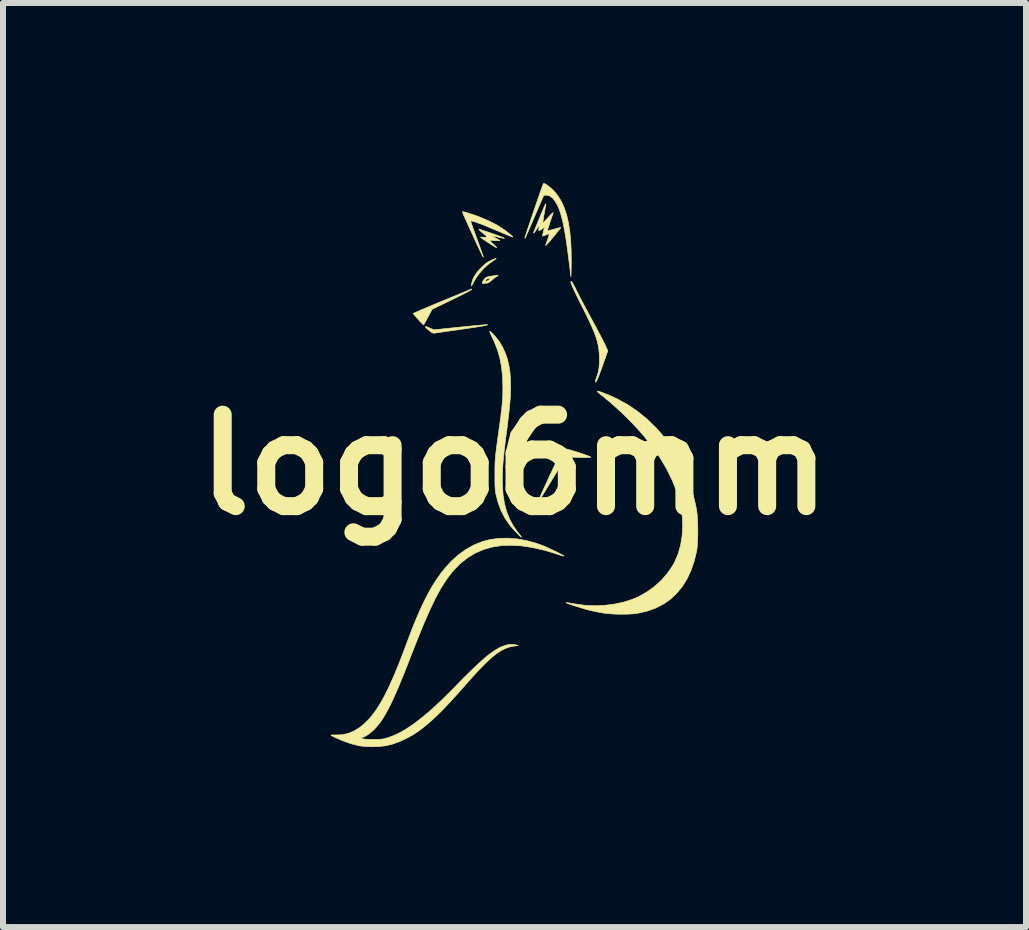
<source format=kicad_pcb>
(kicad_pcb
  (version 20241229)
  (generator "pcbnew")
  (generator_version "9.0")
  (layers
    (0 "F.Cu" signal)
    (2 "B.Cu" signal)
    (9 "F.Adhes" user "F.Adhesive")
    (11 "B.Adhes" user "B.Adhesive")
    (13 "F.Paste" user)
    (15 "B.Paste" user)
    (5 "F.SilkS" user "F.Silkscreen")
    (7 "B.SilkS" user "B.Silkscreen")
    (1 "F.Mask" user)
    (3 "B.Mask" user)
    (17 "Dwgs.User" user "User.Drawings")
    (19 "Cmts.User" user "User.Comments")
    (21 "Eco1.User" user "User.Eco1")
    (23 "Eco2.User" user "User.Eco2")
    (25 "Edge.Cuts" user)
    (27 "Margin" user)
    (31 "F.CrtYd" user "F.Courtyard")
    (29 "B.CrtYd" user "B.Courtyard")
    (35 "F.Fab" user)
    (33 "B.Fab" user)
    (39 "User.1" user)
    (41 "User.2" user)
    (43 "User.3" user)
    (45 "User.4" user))
  (footprint "logo6mm"
    (layer "F.Cu")
    (at 5.523 4.694)
    (property "Reference" "logo6mm" (at 0 0 0) (layer "F.SilkS") (effects (font (size 1.524 1.524) (thickness 0.3))))
    (attr through_hole)
    (fp_poly (pts (xy -0.312 -3.429) (xy -0.331 -3.416) (xy -0.358 -3.398) (xy -0.361 -3.396) (xy -0.436 -3.341) (xy -0.511 -3.273) (xy -0.581 -3.195) (xy -0.641 -3.114) (xy -0.68 -3.047) (xy -0.696 -3.015) (xy -0.709 -2.991) (xy -0.717 -2.98) (xy -0.718 -2.98) (xy -0.719 -2.988) (xy -0.717 -3.009) (xy -0.716 -3.016) (xy -0.699 -3.079) (xy -0.666 -3.146) (xy -0.619 -3.214) (xy -0.563 -3.277) (xy -0.526 -3.312) (xy -0.49 -3.345) (xy -0.458 -3.37) (xy -0.44 -3.381) (xy -0.405 -3.399) (xy -0.37 -3.415) (xy -0.338 -3.428) (xy -0.316 -3.435) (xy -0.306 -3.436) (xy -0.312 -3.429)) (stroke (width 0.01) (type solid)) (fill yes) (layer "F.SilkS"))
    (fp_poly (pts (xy -0.455 -2.334) (xy -0.448 -2.331) (xy -0.458 -2.327) (xy -0.485 -2.321) (xy -0.529 -2.312) (xy -0.592 -2.302) (xy -0.673 -2.289) (xy -0.772 -2.274) (xy -0.884 -2.258) (xy -0.973 -2.245) (xy -1.058 -2.233) (xy -1.135 -2.222) (xy -1.202 -2.212) (xy -1.258 -2.204) (xy -1.3 -2.198) (xy -1.326 -2.194) (xy -1.333 -2.193) (xy -1.352 -2.193) (xy -1.371 -2.2) (xy -1.396 -2.216) (xy -1.424 -2.238) (xy -1.452 -2.262) (xy -1.474 -2.282) (xy -1.484 -2.295) (xy -1.485 -2.297) (xy -1.485 -2.302) (xy -1.481 -2.304) (xy -1.47 -2.302) (xy -1.449 -2.294) (xy -1.414 -2.279) (xy -1.409 -2.277) (xy -1.341 -2.249) (xy -0.927 -2.292) (xy -0.838 -2.301) (xy -0.754 -2.309) (xy -0.677 -2.317) (xy -0.609 -2.323) (xy -0.553 -2.328) (xy -0.511 -2.332) (xy -0.486 -2.334) (xy -0.479 -2.335) (xy -0.455 -2.334)) (stroke (width 0.01) (type solid)) (fill yes) (layer "F.SilkS"))
    (fp_poly (pts (xy -0.274 -3.159) (xy -0.274 -3.157) (xy -0.282 -3.146) (xy -0.292 -3.141) (xy -0.308 -3.132) (xy -0.334 -3.113) (xy -0.363 -3.088) (xy -0.371 -3.082) (xy -0.401 -3.057) (xy -0.427 -3.038) (xy -0.445 -3.029) (xy -0.447 -3.028) (xy -0.468 -3.027) (xy -0.496 -3.023) (xy -0.501 -3.022) (xy -0.526 -3.02) (xy -0.536 -3.025) (xy -0.537 -3.03) (xy -0.531 -3.052) (xy -0.518 -3.073) (xy -0.482 -3.073) (xy -0.482 -3.06) (xy -0.469 -3.058) (xy -0.448 -3.066) (xy -0.425 -3.082) (xy -0.407 -3.097) (xy -0.403 -3.104) (xy -0.412 -3.106) (xy -0.418 -3.106) (xy -0.45 -3.1) (xy -0.475 -3.084) (xy -0.482 -3.073) (xy -0.518 -3.073) (xy -0.515 -3.079) (xy -0.494 -3.105) (xy -0.476 -3.121) (xy -0.455 -3.129) (xy -0.422 -3.138) (xy -0.382 -3.145) (xy -0.371 -3.146) (xy -0.333 -3.152) (xy -0.302 -3.157) (xy -0.284 -3.161) (xy -0.282 -3.161) (xy -0.274 -3.159)) (stroke (width 0.01) (type solid)) (fill yes) (layer "F.SilkS"))
    (fp_poly (pts (xy -0.714 -2.926) (xy -0.715 -2.92) (xy -0.725 -2.913) (xy -0.75 -2.898) (xy -0.789 -2.877) (xy -0.839 -2.851) (xy -0.9 -2.821) (xy -0.968 -2.787) (xy -1.042 -2.751) (xy -1.046 -2.749) (xy -1.373 -2.591) (xy -1.441 -2.463) (xy -1.465 -2.418) (xy -1.487 -2.379) (xy -1.503 -2.35) (xy -1.513 -2.334) (xy -1.514 -2.331) (xy -1.522 -2.336) (xy -1.541 -2.353) (xy -1.567 -2.38) (xy -1.598 -2.414) (xy -1.602 -2.419) (xy -1.634 -2.455) (xy -1.66 -2.485) (xy -1.679 -2.508) (xy -1.688 -2.519) (xy -1.688 -2.52) (xy -1.68 -2.525) (xy -1.655 -2.536) (xy -1.616 -2.554) (xy -1.563 -2.577) (xy -1.499 -2.604) (xy -1.425 -2.636) (xy -1.343 -2.67) (xy -1.254 -2.707) (xy -1.209 -2.725) (xy -1.118 -2.763) (xy -1.031 -2.799) (xy -0.952 -2.831) (xy -0.882 -2.861) (xy -0.822 -2.885) (xy -0.774 -2.905) (xy -0.74 -2.92) (xy -0.722 -2.927) (xy -0.719 -2.929) (xy -0.714 -2.926)) (stroke (width 0.01) (type solid)) (fill yes) (layer "F.SilkS"))
    (fp_poly (pts (xy 0.82 -0.274) (xy 0.847 -0.268) (xy 0.886 -0.258) (xy 0.934 -0.245) (xy 0.988 -0.228) (xy 1.045 -0.211) (xy 1.101 -0.193) (xy 1.154 -0.175) (xy 1.2 -0.159) (xy 1.237 -0.145) (xy 1.262 -0.135) (xy 1.27 -0.129) (xy 1.267 -0.125) (xy 1.255 -0.122) (xy 1.234 -0.12) (xy 1.2 -0.12) (xy 1.152 -0.12) (xy 1.087 -0.122) (xy 1.062 -0.123) (xy 0.855 -0.13) (xy 0.66 0.192) (xy 0.605 0.283) (xy 0.559 0.358) (xy 0.521 0.42) (xy 0.491 0.469) (xy 0.468 0.507) (xy 0.45 0.534) (xy 0.437 0.553) (xy 0.428 0.565) (xy 0.423 0.57) (xy 0.419 0.571) (xy 0.417 0.569) (xy 0.415 0.565) (xy 0.415 0.565) (xy 0.418 0.554) (xy 0.429 0.528) (xy 0.446 0.488) (xy 0.469 0.437) (xy 0.496 0.377) (xy 0.527 0.311) (xy 0.56 0.239) (xy 0.594 0.165) (xy 0.63 0.09) (xy 0.664 0.016) (xy 0.697 -0.053) (xy 0.728 -0.117) (xy 0.755 -0.173) (xy 0.778 -0.218) (xy 0.795 -0.252) (xy 0.806 -0.271) (xy 0.809 -0.274) (xy 0.82 -0.274)) (stroke (width 0.01) (type solid)) (fill yes) (layer "F.SilkS"))
    (fp_poly (pts (xy 0.948 -3.055) (xy 0.962 -3.038) (xy 0.981 -3.004) (xy 1.008 -2.954) (xy 1.03 -2.909) (xy 1.052 -2.865) (xy 1.081 -2.808) (xy 1.117 -2.739) (xy 1.157 -2.663) (xy 1.201 -2.581) (xy 1.245 -2.498) (xy 1.287 -2.422) (xy 1.329 -2.343) (xy 1.371 -2.266) (xy 1.409 -2.193) (xy 1.444 -2.127) (xy 1.474 -2.069) (xy 1.497 -2.024) (xy 1.512 -1.993) (xy 1.512 -1.992) (xy 1.554 -1.899) (xy 1.463 -1.641) (xy 1.431 -1.553) (xy 1.405 -1.484) (xy 1.384 -1.432) (xy 1.368 -1.397) (xy 1.357 -1.379) (xy 1.35 -1.377) (xy 1.348 -1.391) (xy 1.348 -1.391) (xy 1.351 -1.409) (xy 1.36 -1.437) (xy 1.367 -1.457) (xy 1.392 -1.533) (xy 1.407 -1.611) (xy 1.414 -1.697) (xy 1.414 -1.796) (xy 1.414 -1.802) (xy 1.41 -1.871) (xy 1.403 -1.936) (xy 1.392 -2) (xy 1.376 -2.065) (xy 1.355 -2.133) (xy 1.327 -2.208) (xy 1.293 -2.29) (xy 1.251 -2.382) (xy 1.201 -2.487) (xy 1.145 -2.599) (xy 1.087 -2.713) (xy 1.039 -2.811) (xy 1 -2.892) (xy 0.971 -2.956) (xy 0.95 -3.003) (xy 0.94 -3.033) (xy 0.938 -3.044) (xy 0.94 -3.057) (xy 0.948 -3.055)) (stroke (width 0.01) (type solid)) (fill yes) (layer "F.SilkS"))
    (fp_poly (pts (xy -0.581 -3.923) (xy -0.553 -3.914) (xy -0.512 -3.901) (xy -0.461 -3.884) (xy -0.402 -3.864) (xy -0.361 -3.85) (xy -0.287 -3.823) (xy -0.231 -3.802) (xy -0.193 -3.787) (xy -0.172 -3.777) (xy -0.17 -3.773) (xy -0.185 -3.774) (xy -0.217 -3.78) (xy -0.264 -3.791) (xy -0.317 -3.803) (xy -0.352 -3.81) (xy -0.37 -3.813) (xy -0.372 -3.81) (xy -0.361 -3.802) (xy -0.335 -3.788) (xy -0.32 -3.781) (xy -0.286 -3.762) (xy -0.26 -3.747) (xy -0.246 -3.737) (xy -0.244 -3.735) (xy -0.253 -3.733) (xy -0.277 -3.733) (xy -0.312 -3.734) (xy -0.333 -3.735) (xy -0.422 -3.742) (xy -0.355 -3.679) (xy -0.327 -3.652) (xy -0.307 -3.63) (xy -0.298 -3.618) (xy -0.298 -3.615) (xy -0.309 -3.62) (xy -0.333 -3.635) (xy -0.368 -3.656) (xy -0.41 -3.683) (xy -0.437 -3.7) (xy -0.481 -3.73) (xy -0.519 -3.755) (xy -0.547 -3.775) (xy -0.563 -3.787) (xy -0.566 -3.791) (xy -0.558 -3.793) (xy -0.536 -3.793) (xy -0.524 -3.792) (xy -0.488 -3.79) (xy -0.468 -3.792) (xy -0.463 -3.8) (xy -0.474 -3.814) (xy -0.501 -3.838) (xy -0.526 -3.859) (xy -0.558 -3.885) (xy -0.581 -3.907) (xy -0.593 -3.921) (xy -0.593 -3.925) (xy -0.581 -3.923)) (stroke (width 0.01) (type solid)) (fill yes) (layer "F.SilkS"))
    (fp_poly (pts (xy -0.856 -4.216) (xy -0.829 -4.21) (xy -0.791 -4.2) (xy -0.745 -4.185) (xy -0.693 -4.169) (xy -0.641 -4.151) (xy -0.59 -4.132) (xy -0.572 -4.125) (xy -0.418 -4.059) (xy -0.282 -3.988) (xy -0.163 -3.91) (xy -0.093 -3.856) (xy -0.065 -3.832) (xy -0.043 -3.813) (xy -0.031 -3.804) (xy -0.03 -3.803) (xy -0.03 -3.796) (xy -0.04 -3.798) (xy -0.065 -3.807) (xy -0.1 -3.821) (xy -0.144 -3.838) (xy -0.156 -3.844) (xy -0.21 -3.866) (xy -0.275 -3.894) (xy -0.345 -3.923) (xy -0.411 -3.951) (xy -0.432 -3.96) (xy -0.506 -3.99) (xy -0.573 -4.016) (xy -0.63 -4.036) (xy -0.676 -4.052) (xy -0.71 -4.06) (xy -0.728 -4.062) (xy -0.73 -4.061) (xy -0.728 -4.05) (xy -0.72 -4.024) (xy -0.706 -3.984) (xy -0.688 -3.932) (xy -0.666 -3.871) (xy -0.641 -3.803) (xy -0.626 -3.761) (xy -0.599 -3.689) (xy -0.575 -3.623) (xy -0.555 -3.565) (xy -0.538 -3.518) (xy -0.526 -3.482) (xy -0.52 -3.462) (xy -0.52 -3.458) (xy -0.524 -3.464) (xy -0.536 -3.485) (xy -0.553 -3.52) (xy -0.575 -3.565) (xy -0.601 -3.62) (xy -0.622 -3.666) (xy -0.656 -3.739) (xy -0.692 -3.818) (xy -0.728 -3.897) (xy -0.762 -3.971) (xy -0.791 -4.034) (xy -0.797 -4.047) (xy -0.821 -4.099) (xy -0.841 -4.145) (xy -0.856 -4.181) (xy -0.865 -4.206) (xy -0.867 -4.216) (xy -0.856 -4.216)) (stroke (width 0.01) (type solid)) (fill yes) (layer "F.SilkS"))
    (fp_poly (pts (xy 0.507 -4.683) (xy 0.534 -4.666) (xy 0.567 -4.642) (xy 0.603 -4.613) (xy 0.637 -4.583) (xy 0.665 -4.554) (xy 0.665 -4.554) (xy 0.728 -4.474) (xy 0.783 -4.383) (xy 0.829 -4.28) (xy 0.868 -4.164) (xy 0.898 -4.034) (xy 0.921 -3.889) (xy 0.936 -3.729) (xy 0.944 -3.552) (xy 0.946 -3.358) (xy 0.945 -3.341) (xy 0.944 -3.279) (xy 0.943 -3.224) (xy 0.942 -3.18) (xy 0.941 -3.148) (xy 0.94 -3.132) (xy 0.94 -3.131) (xy 0.938 -3.143) (xy 0.935 -3.172) (xy 0.929 -3.214) (xy 0.923 -3.266) (xy 0.916 -3.326) (xy 0.913 -3.346) (xy 0.892 -3.514) (xy 0.872 -3.664) (xy 0.852 -3.798) (xy 0.831 -3.915) (xy 0.811 -4.019) (xy 0.789 -4.109) (xy 0.767 -4.188) (xy 0.744 -4.256) (xy 0.719 -4.315) (xy 0.708 -4.338) (xy 0.668 -4.404) (xy 0.626 -4.452) (xy 0.581 -4.482) (xy 0.534 -4.492) (xy 0.521 -4.492) (xy 0.487 -4.489) (xy 0.341 -4.152) (xy 0.308 -4.075) (xy 0.277 -4.003) (xy 0.249 -3.938) (xy 0.225 -3.882) (xy 0.205 -3.838) (xy 0.192 -3.807) (xy 0.185 -3.792) (xy 0.185 -3.792) (xy 0.176 -3.776) (xy 0.171 -3.773) (xy 0.173 -3.783) (xy 0.181 -3.809) (xy 0.194 -3.851) (xy 0.211 -3.905) (xy 0.233 -3.97) (xy 0.258 -4.044) (xy 0.285 -4.125) (xy 0.308 -4.192) (xy 0.345 -4.3) (xy 0.377 -4.392) (xy 0.403 -4.468) (xy 0.424 -4.529) (xy 0.441 -4.578) (xy 0.455 -4.616) (xy 0.465 -4.644) (xy 0.473 -4.664) (xy 0.479 -4.677) (xy 0.483 -4.684) (xy 0.486 -4.688) (xy 0.489 -4.689) (xy 0.49 -4.689) (xy 0.507 -4.683)) (stroke (width 0.01) (type solid)) (fill yes) (layer "F.SilkS"))
    (fp_poly (pts (xy -0.405 -2.223) (xy -0.387 -2.207) (xy -0.362 -2.182) (xy -0.333 -2.151) (xy -0.304 -2.117) (xy -0.277 -2.084) (xy -0.255 -2.054) (xy -0.248 -2.044) (xy -0.196 -1.954) (xy -0.153 -1.859) (xy -0.118 -1.759) (xy -0.093 -1.651) (xy -0.075 -1.534) (xy -0.066 -1.406) (xy -0.065 -1.265) (xy -0.071 -1.111) (xy -0.086 -0.941) (xy -0.098 -0.83) (xy -0.105 -0.774) (xy -0.113 -0.704) (xy -0.123 -0.624) (xy -0.134 -0.54) (xy -0.145 -0.456) (xy -0.151 -0.406) (xy -0.169 -0.257) (xy -0.184 -0.123) (xy -0.194 -0.004) (xy -0.201 0.105) (xy -0.204 0.205) (xy -0.203 0.299) (xy -0.202 0.337) (xy -0.191 0.497) (xy -0.168 0.643) (xy -0.133 0.777) (xy -0.085 0.899) (xy -0.024 1.013) (xy 0.05 1.119) (xy 0.076 1.151) (xy 0.097 1.177) (xy 0.111 1.197) (xy 0.115 1.207) (xy 0.115 1.207) (xy 0.107 1.202) (xy 0.088 1.186) (xy 0.062 1.161) (xy 0.031 1.13) (xy -0.071 1.016) (xy -0.156 0.895) (xy -0.224 0.765) (xy -0.276 0.624) (xy -0.31 0.49) (xy -0.316 0.457) (xy -0.32 0.421) (xy -0.324 0.379) (xy -0.326 0.327) (xy -0.327 0.263) (xy -0.327 0.183) (xy -0.327 0.166) (xy -0.327 0.107) (xy -0.327 0.056) (xy -0.326 0.01) (xy -0.325 -0.033) (xy -0.322 -0.076) (xy -0.318 -0.122) (xy -0.314 -0.172) (xy -0.307 -0.228) (xy -0.299 -0.295) (xy -0.288 -0.373) (xy -0.276 -0.465) (xy -0.261 -0.574) (xy -0.259 -0.586) (xy -0.243 -0.701) (xy -0.23 -0.799) (xy -0.22 -0.883) (xy -0.211 -0.956) (xy -0.205 -1.021) (xy -0.2 -1.079) (xy -0.197 -1.135) (xy -0.195 -1.191) (xy -0.195 -1.249) (xy -0.194 -1.3) (xy -0.2 -1.472) (xy -0.217 -1.631) (xy -0.245 -1.779) (xy -0.286 -1.92) (xy -0.341 -2.058) (xy -0.372 -2.124) (xy -0.391 -2.163) (xy -0.405 -2.196) (xy -0.413 -2.218) (xy -0.414 -2.226) (xy -0.405 -2.223)) (stroke (width 0.01) (type solid)) (fill yes) (layer "F.SilkS"))
    (fp_poly (pts (xy 0.523 -4.34) (xy 0.522 -4.33) (xy 0.516 -4.301) (xy 0.508 -4.261) (xy 0.5 -4.215) (xy 0.492 -4.167) (xy 0.484 -4.121) (xy 0.478 -4.08) (xy 0.473 -4.049) (xy 0.472 -4.031) (xy 0.472 -4.029) (xy 0.479 -4.034) (xy 0.497 -4.051) (xy 0.522 -4.078) (xy 0.552 -4.112) (xy 0.553 -4.112) (xy 0.593 -4.157) (xy 0.622 -4.186) (xy 0.639 -4.2) (xy 0.645 -4.198) (xy 0.642 -4.189) (xy 0.622 -4.132) (xy 0.602 -4.076) (xy 0.585 -4.022) (xy 0.569 -3.975) (xy 0.558 -3.937) (xy 0.551 -3.912) (xy 0.55 -3.902) (xy 0.561 -3.902) (xy 0.587 -3.907) (xy 0.623 -3.916) (xy 0.66 -3.926) (xy 0.703 -3.938) (xy 0.738 -3.947) (xy 0.761 -3.952) (xy 0.77 -3.952) (xy 0.765 -3.944) (xy 0.75 -3.924) (xy 0.726 -3.894) (xy 0.697 -3.858) (xy 0.664 -3.818) (xy 0.63 -3.777) (xy 0.598 -3.738) (xy 0.568 -3.703) (xy 0.544 -3.676) (xy 0.528 -3.659) (xy 0.522 -3.654) (xy 0.518 -3.658) (xy 0.521 -3.669) (xy 0.529 -3.693) (xy 0.542 -3.728) (xy 0.552 -3.756) (xy 0.568 -3.801) (xy 0.576 -3.828) (xy 0.576 -3.842) (xy 0.565 -3.844) (xy 0.542 -3.837) (xy 0.509 -3.823) (xy 0.485 -3.815) (xy 0.47 -3.81) (xy 0.469 -3.81) (xy 0.467 -3.819) (xy 0.471 -3.841) (xy 0.478 -3.874) (xy 0.479 -3.881) (xy 0.488 -3.915) (xy 0.495 -3.941) (xy 0.498 -3.954) (xy 0.498 -3.955) (xy 0.491 -3.951) (xy 0.472 -3.939) (xy 0.455 -3.928) (xy 0.43 -3.911) (xy 0.412 -3.9) (xy 0.406 -3.898) (xy 0.404 -3.907) (xy 0.405 -3.929) (xy 0.406 -3.944) (xy 0.412 -3.991) (xy 0.369 -3.925) (xy 0.345 -3.889) (xy 0.328 -3.867) (xy 0.318 -3.86) (xy 0.318 -3.869) (xy 0.325 -3.891) (xy 0.333 -3.909) (xy 0.346 -3.942) (xy 0.365 -3.987) (xy 0.387 -4.041) (xy 0.412 -4.101) (xy 0.425 -4.135) (xy 0.45 -4.195) (xy 0.473 -4.248) (xy 0.492 -4.292) (xy 0.507 -4.325) (xy 0.516 -4.344) (xy 0.519 -4.347) (xy 0.523 -4.34)) (stroke (width 0.01) (type solid)) (fill yes) (layer "F.SilkS"))
    (fp_poly (pts (xy 1.391 -1.226) (xy 1.418 -1.219) (xy 1.456 -1.206) (xy 1.502 -1.188) (xy 1.554 -1.168) (xy 1.608 -1.145) (xy 1.661 -1.121) (xy 1.695 -1.105) (xy 1.875 -1.008) (xy 2.046 -0.893) (xy 2.208 -0.762) (xy 2.358 -0.616) (xy 2.498 -0.456) (xy 2.625 -0.282) (xy 2.739 -0.095) (xy 2.793 0.007) (xy 2.861 0.158) (xy 2.923 0.323) (xy 2.975 0.495) (xy 3.017 0.668) (xy 3.035 0.767) (xy 3.043 0.828) (xy 3.048 0.902) (xy 3.052 0.986) (xy 3.054 1.074) (xy 3.054 1.164) (xy 3.051 1.249) (xy 3.047 1.327) (xy 3.041 1.394) (xy 3.035 1.436) (xy 2.993 1.607) (xy 2.939 1.763) (xy 2.873 1.904) (xy 2.794 2.031) (xy 2.702 2.142) (xy 2.599 2.239) (xy 2.483 2.32) (xy 2.355 2.386) (xy 2.215 2.437) (xy 2.063 2.472) (xy 2.032 2.477) (xy 1.963 2.485) (xy 1.88 2.489) (xy 1.79 2.49) (xy 1.696 2.489) (xy 1.606 2.484) (xy 1.524 2.476) (xy 1.49 2.472) (xy 1.429 2.462) (xy 1.362 2.449) (xy 1.298 2.435) (xy 1.265 2.428) (xy 1.223 2.417) (xy 1.173 2.403) (xy 1.118 2.387) (xy 1.062 2.369) (xy 1.007 2.352) (xy 0.956 2.336) (xy 0.913 2.321) (xy 0.881 2.309) (xy 0.863 2.301) (xy 0.86 2.299) (xy 0.861 2.297) (xy 0.868 2.296) (xy 0.882 2.298) (xy 0.906 2.301) (xy 0.943 2.308) (xy 0.996 2.317) (xy 1.016 2.32) (xy 1.179 2.342) (xy 1.344 2.349) (xy 1.509 2.341) (xy 1.671 2.32) (xy 1.826 2.286) (xy 1.971 2.239) (xy 2.07 2.196) (xy 2.204 2.12) (xy 2.328 2.031) (xy 2.442 1.929) (xy 2.541 1.816) (xy 2.626 1.695) (xy 2.671 1.614) (xy 2.726 1.484) (xy 2.766 1.344) (xy 2.791 1.195) (xy 2.802 1.041) (xy 2.797 0.883) (xy 2.776 0.725) (xy 2.754 0.62) (xy 2.699 0.436) (xy 2.624 0.251) (xy 2.532 0.065) (xy 2.421 -0.121) (xy 2.292 -0.306) (xy 2.147 -0.49) (xy 1.984 -0.671) (xy 1.806 -0.85) (xy 1.611 -1.026) (xy 1.495 -1.123) (xy 1.455 -1.155) (xy 1.421 -1.183) (xy 1.395 -1.204) (xy 1.38 -1.216) (xy 1.378 -1.218) (xy 1.379 -1.226) (xy 1.379 -1.226) (xy 1.391 -1.226)) (stroke (width 0.01) (type solid)) (fill yes) (layer "F.SilkS"))
    (fp_poly (pts (xy 0.044 1.235) (xy 0.203 1.264) (xy 0.363 1.308) (xy 0.475 1.348) (xy 0.513 1.364) (xy 0.558 1.384) (xy 0.607 1.407) (xy 0.657 1.431) (xy 0.705 1.454) (xy 0.749 1.477) (xy 0.785 1.496) (xy 0.811 1.511) (xy 0.823 1.52) (xy 0.823 1.521) (xy 0.81 1.52) (xy 0.783 1.513) (xy 0.746 1.501) (xy 0.712 1.49) (xy 0.66 1.473) (xy 0.598 1.454) (xy 0.534 1.435) (xy 0.484 1.421) (xy 0.293 1.378) (xy 0.112 1.351) (xy -0.06 1.341) (xy -0.221 1.348) (xy -0.373 1.371) (xy -0.516 1.412) (xy -0.65 1.469) (xy -0.775 1.544) (xy -0.892 1.635) (xy -1 1.743) (xy -1.033 1.781) (xy -1.082 1.842) (xy -1.13 1.907) (xy -1.176 1.977) (xy -1.223 2.052) (xy -1.27 2.134) (xy -1.318 2.225) (xy -1.367 2.326) (xy -1.419 2.437) (xy -1.474 2.561) (xy -1.532 2.698) (xy -1.594 2.85) (xy -1.661 3.018) (xy -1.734 3.203) (xy -1.734 3.204) (xy -1.801 3.376) (xy -1.863 3.531) (xy -1.92 3.669) (xy -1.973 3.793) (xy -2.022 3.902) (xy -2.068 3.999) (xy -2.112 4.085) (xy -2.154 4.161) (xy -2.195 4.228) (xy -2.235 4.287) (xy -2.276 4.339) (xy -2.317 4.387) (xy -2.345 4.416) (xy -2.386 4.453) (xy -2.429 4.487) (xy -2.471 4.515) (xy -2.508 4.534) (xy -2.536 4.543) (xy -2.539 4.543) (xy -2.549 4.549) (xy -2.55 4.552) (xy -2.54 4.562) (xy -2.511 4.569) (xy -2.463 4.574) (xy -2.396 4.576) (xy -2.34 4.576) (xy -2.281 4.575) (xy -2.236 4.573) (xy -2.2 4.57) (xy -2.166 4.563) (xy -2.129 4.553) (xy -2.115 4.549) (xy -2.018 4.514) (xy -1.918 4.467) (xy -1.812 4.407) (xy -1.701 4.333) (xy -1.584 4.246) (xy -1.46 4.145) (xy -1.328 4.028) (xy -1.189 3.897) (xy -1.04 3.749) (xy -0.949 3.655) (xy -0.867 3.571) (xy -0.784 3.489) (xy -0.702 3.409) (xy -0.623 3.334) (xy -0.548 3.266) (xy -0.482 3.208) (xy -0.425 3.161) (xy -0.406 3.147) (xy -0.31 3.081) (xy -0.221 3.033) (xy -0.137 3.003) (xy -0.06 2.991) (xy 0.01 2.997) (xy 0.024 3.001) (xy 0.064 3.013) (xy 0.002 3.02) (xy -0.055 3.029) (xy -0.11 3.044) (xy -0.165 3.066) (xy -0.221 3.095) (xy -0.28 3.132) (xy -0.342 3.179) (xy -0.408 3.236) (xy -0.481 3.304) (xy -0.561 3.384) (xy -0.648 3.478) (xy -0.745 3.585) (xy -0.84 3.693) (xy -0.964 3.833) (xy -1.079 3.958) (xy -1.184 4.07) (xy -1.282 4.168) (xy -1.375 4.255) (xy -1.462 4.331) (xy -1.545 4.398) (xy -1.626 4.456) (xy -1.705 4.506) (xy -1.785 4.551) (xy -1.807 4.562) (xy -1.926 4.616) (xy -2.038 4.656) (xy -2.15 4.682) (xy -2.264 4.695) (xy -2.366 4.698) (xy -2.423 4.697) (xy -2.482 4.693) (xy -2.536 4.689) (xy -2.575 4.684) (xy -2.619 4.675) (xy -2.673 4.661) (xy -2.729 4.646) (xy -2.759 4.636) (xy -2.801 4.621) (xy -2.849 4.603) (xy -2.898 4.583) (xy -2.946 4.562) (xy -2.99 4.543) (xy -3.025 4.526) (xy -3.049 4.512) (xy -3.058 4.505) (xy -3.058 4.505) (xy -3.049 4.502) (xy -3.025 4.501) (xy -2.99 4.502) (xy -2.977 4.502) (xy -2.872 4.498) (xy -2.77 4.476) (xy -2.673 4.435) (xy -2.578 4.377) (xy -2.486 4.299) (xy -2.423 4.235) (xy -2.37 4.172) (xy -2.318 4.102) (xy -2.266 4.024) (xy -2.213 3.936) (xy -2.16 3.837) (xy -2.105 3.727) (xy -2.048 3.603) (xy -1.989 3.466) (xy -1.926 3.313) (xy -1.86 3.143) (xy -1.79 2.956) (xy -1.777 2.921) (xy -1.705 2.731) (xy -1.635 2.559) (xy -1.567 2.403) (xy -1.5 2.261) (xy -1.433 2.132) (xy -1.365 2.013) (xy -1.295 1.904) (xy -1.222 1.802) (xy -1.173 1.74) (xy -1.06 1.613) (xy -0.939 1.504) (xy -0.811 1.411) (xy -0.676 1.336) (xy -0.538 1.28) (xy -0.404 1.245) (xy -0.261 1.226) (xy -0.111 1.223) (xy 0.044 1.235)) (stroke (width 0.01) (type solid)) (fill yes) (layer "F.SilkS")))
  (gr_rect
    (start -3 -3)
    (end 14.045 12.397)
    (stroke (width 0.1) (type default))
    (fill no)
    (layer "Edge.Cuts")))
</source>
